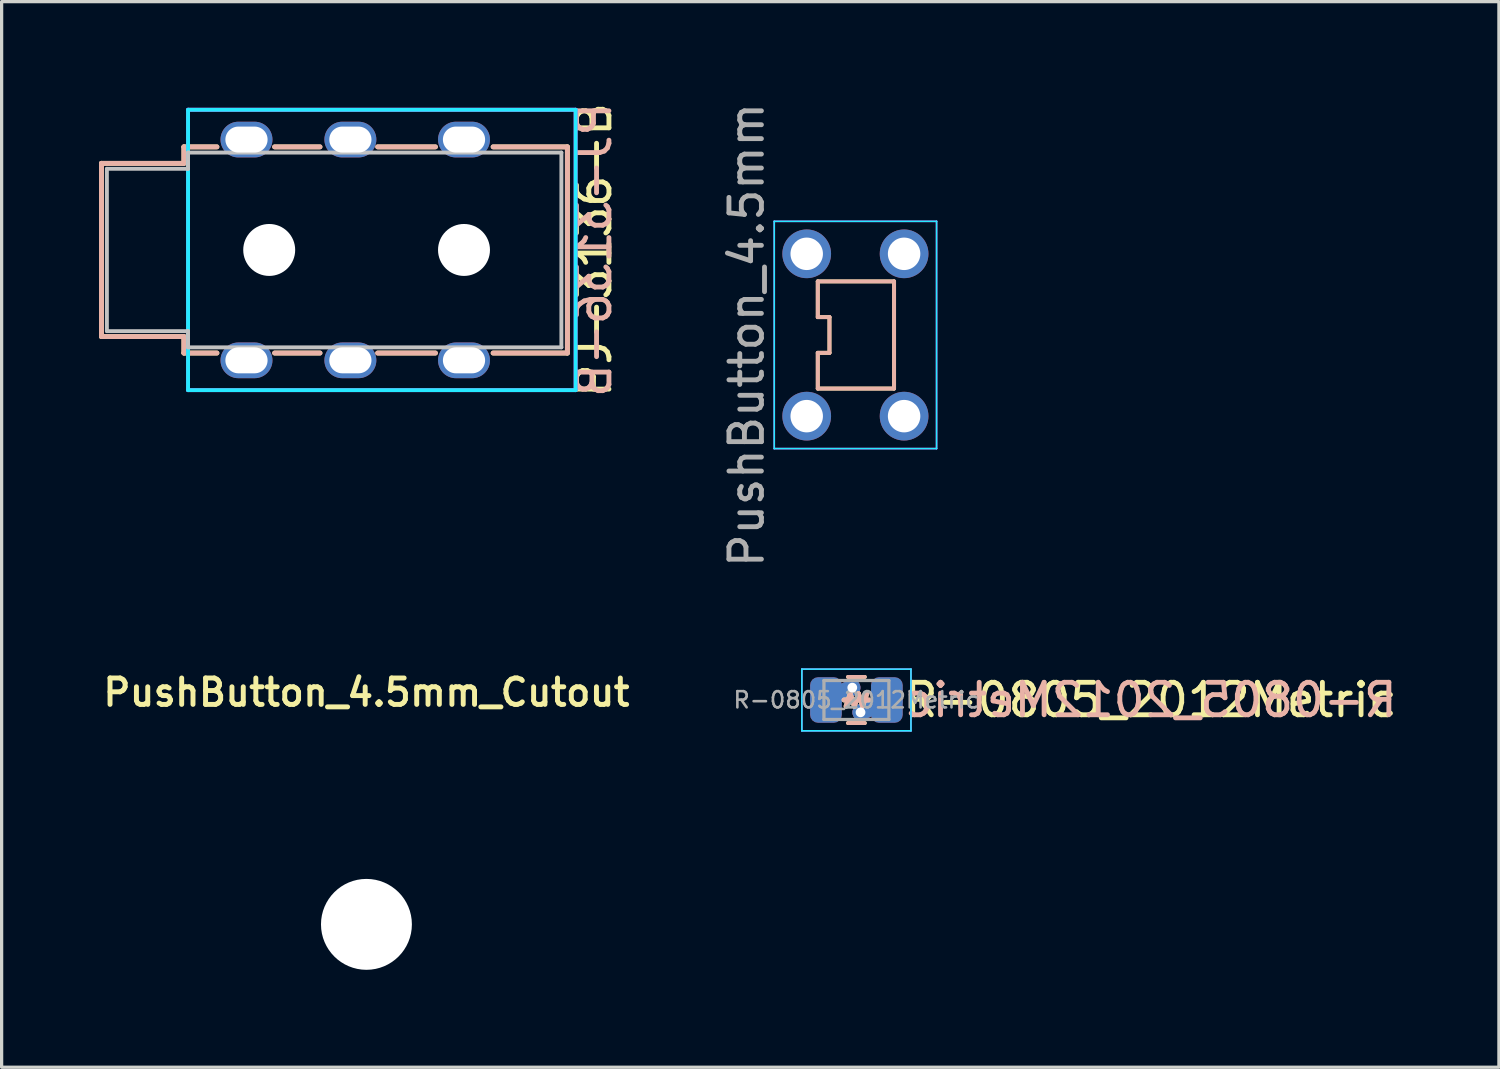
<source format=kicad_pcb>
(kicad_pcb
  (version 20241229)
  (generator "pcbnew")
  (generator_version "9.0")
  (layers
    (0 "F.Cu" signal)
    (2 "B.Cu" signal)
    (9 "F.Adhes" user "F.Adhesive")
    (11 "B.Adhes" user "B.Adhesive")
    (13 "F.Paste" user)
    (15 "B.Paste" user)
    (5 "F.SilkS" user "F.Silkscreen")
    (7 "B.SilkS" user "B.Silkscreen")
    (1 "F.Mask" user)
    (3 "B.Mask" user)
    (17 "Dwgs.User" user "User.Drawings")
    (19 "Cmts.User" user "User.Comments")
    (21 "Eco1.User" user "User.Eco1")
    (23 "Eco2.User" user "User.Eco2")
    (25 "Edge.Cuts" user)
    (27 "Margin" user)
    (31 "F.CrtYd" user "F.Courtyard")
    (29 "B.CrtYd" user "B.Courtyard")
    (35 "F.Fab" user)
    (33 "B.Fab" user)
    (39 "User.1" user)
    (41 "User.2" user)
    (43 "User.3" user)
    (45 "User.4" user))
  (footprint "PushButton_4.5mm_Cutout"
    (layer "F.Cu")
    (at 8.237 25.422)
    (property "Reference" "PushButton_4.5mm_Cutout" (at 0 -7.144 0) (layer "F.SilkS") (effects (font (size 0.813 0.813) (thickness 0.152))))
    (attr through_hole)
    (pad "" np_thru_hole circle (at 0 0) (size 2.8 2.8) (drill 2.8) (layers "*.Cu" "*.Mask")))
  (footprint "R-0805_2012Metric"
    (layer "F.Cu")
    (at 23.329 18.511)
    (property "Reference" "R-0805_2012Metric" (at 1.397 0 0) (layer "F.SilkS") (effects (font (size 1 1) (thickness 0.15)) (justify left)))
    (attr smd)
    (fp_line (start -0.381 0) (end 0.381 0) (stroke (width 0.15) (type solid)) (layer "F.SilkS"))
    (fp_line (start -0.318 0.191) (end -0.191 -0.191) (stroke (width 0.15) (type solid)) (layer "F.SilkS"))
    (fp_line (start -0.259 -0.71) (end 0.259 -0.71) (stroke (width 0.12) (type solid)) (layer "F.SilkS"))
    (fp_line (start -0.259 0.71) (end 0.259 0.71) (stroke (width 0.12) (type solid)) (layer "F.SilkS"))
    (fp_line (start -0.191 -0.191) (end -0.064 0.191) (stroke (width 0.15) (type solid)) (layer "F.SilkS"))
    (fp_line (start -0.064 0.191) (end 0.064 -0.191) (stroke (width 0.15) (type solid)) (layer "F.SilkS"))
    (fp_line (start 0.064 -0.191) (end 0.191 0.191) (stroke (width 0.15) (type solid)) (layer "F.SilkS"))
    (fp_line (start 0.191 0.191) (end 0.318 -0.191) (stroke (width 0.15) (type solid)) (layer "F.SilkS"))
    (fp_line (start -0.381 0) (end 0.381 0) (stroke (width 0.15) (type solid)) (layer "B.SilkS"))
    (fp_line (start -0.318 0.191) (end -0.191 -0.191) (stroke (width 0.15) (type solid)) (layer "B.SilkS"))
    (fp_line (start -0.259 -0.71) (end 0.259 -0.71) (stroke (width 0.12) (type solid)) (layer "B.SilkS"))
    (fp_line (start -0.259 0.71) (end 0.259 0.71) (stroke (width 0.12) (type solid)) (layer "B.SilkS"))
    (fp_line (start -0.191 -0.191) (end -0.064 0.191) (stroke (width 0.15) (type solid)) (layer "B.SilkS"))
    (fp_line (start -0.064 0.191) (end 0.064 -0.191) (stroke (width 0.15) (type solid)) (layer "B.SilkS"))
    (fp_line (start 0.064 -0.191) (end 0.191 0.191) (stroke (width 0.15) (type solid)) (layer "B.SilkS"))
    (fp_line (start 0.191 0.191) (end 0.318 -0.191) (stroke (width 0.15) (type solid)) (layer "B.SilkS"))
    (fp_line (start -1.68 -0.95) (end 1.68 -0.95) (stroke (width 0.05) (type solid)) (layer "B.CrtYd"))
    (fp_line (start -1.68 0.95) (end -1.68 -0.95) (stroke (width 0.05) (type solid)) (layer "B.CrtYd"))
    (fp_line (start 1.68 -0.95) (end 1.68 0.95) (stroke (width 0.05) (type solid)) (layer "B.CrtYd"))
    (fp_line (start 1.68 0.95) (end -1.68 0.95) (stroke (width 0.05) (type solid)) (layer "B.CrtYd"))
    (fp_line (start -1.68 -0.95) (end 1.68 -0.95) (stroke (width 0.05) (type solid)) (layer "F.CrtYd"))
    (fp_line (start -1.68 0.95) (end -1.68 -0.95) (stroke (width 0.05) (type solid)) (layer "F.CrtYd"))
    (fp_line (start 1.68 -0.95) (end 1.68 0.95) (stroke (width 0.05) (type solid)) (layer "F.CrtYd"))
    (fp_line (start 1.68 0.95) (end -1.68 0.95) (stroke (width 0.05) (type solid)) (layer "F.CrtYd"))
    (fp_line (start -1 -0.6) (end 1 -0.6) (stroke (width 0.1) (type solid)) (layer "F.Fab"))
    (fp_line (start -1 0.6) (end -1 -0.6) (stroke (width 0.1) (type solid)) (layer "F.Fab"))
    (fp_line (start 1 -0.6) (end 1 0.6) (stroke (width 0.1) (type solid)) (layer "F.Fab"))
    (fp_line (start 1 0.6) (end -1 0.6) (stroke (width 0.1) (type solid)) (layer "F.Fab"))
    (fp_text user "${REFERENCE}" (at 1.397 0 0) (layer "B.SilkS") (effects (font (size 1 1) (thickness 0.15)) (justify right mirror)))
    (fp_text user "${REFERENCE}" (at 0 0 0) (layer "F.Fab") (effects (font (size 0.5 0.5) (thickness 0.08))))
    (pad "1" smd custom (at -0.938 0) (size 0.975 0.975) (layers "F.Cu") (options (anchor circle)) (primitives (gr_line (start 0.81 -0.381) (end -0.079 0) (width 0.5))))
    (pad "1" smd custom (at -0.938 0) (size 0.975 0.975) (layers "B.Cu") (options (anchor circle)) (primitives (gr_line (start 0.81 -0.381) (end -0.079 0) (width 0.5))))
    (pad "1" smd roundrect (at -0.938 0) (size 0.975 1.4) (layers "F.Cu" "F.Mask" "F.Paste") (roundrect_rratio 0.25))
    (pad "1" smd roundrect (at -0.938 0) (size 0.975 1.4) (layers "B.Cu" "B.Mask" "B.Paste") (roundrect_rratio 0.25))
    (pad "1" thru_hole circle (at -0.127 -0.381) (size 0.5 0.5) (drill 0.3) (layers "*.Cu"))
    (pad "2" thru_hole circle (at 0.127 0.381) (size 0.5 0.5) (drill 0.3) (layers "*.Cu"))
    (pad "2" smd custom (at 0.938 0) (size 0.975 0.975) (layers "F.Cu") (options (anchor circle)) (primitives (gr_line (start -0.81 0.381) (end 0.079 0) (width 0.5))))
    (pad "2" smd custom (at 0.938 0) (size 0.975 0.975) (layers "B.Cu") (options (anchor circle)) (primitives (gr_line (start -0.81 0.381) (end 0.079 0) (width 0.5))))
    (pad "2" smd roundrect (at 0.938 0) (size 0.975 1.4) (layers "F.Cu" "F.Mask" "F.Paste") (roundrect_rratio 0.25))
    (pad "2" smd roundrect (at 0.938 0) (size 0.975 1.4) (layers "B.Cu" "B.Mask" "B.Paste") (roundrect_rratio 0.25)))
  (footprint "PushButton_4.5mm"
    (layer "F.Cu")
    (at 23.298 7.268)
    (property "Reference" "PushButton_4.5mm" (at -3.35 0 90) (layer "F.Fab") (effects (font (size 1 1) (thickness 0.15))))
    (attr through_hole)
    (fp_line (start -1.159 -1.65) (end -1.159 -0.55) (stroke (width 0.12) (type solid)) (layer "F.SilkS"))
    (fp_line (start -1.159 -0.55) (end -0.799 -0.55) (stroke (width 0.12) (type solid)) (layer "F.SilkS"))
    (fp_line (start -1.159 0.55) (end -1.159 1.65) (stroke (width 0.12) (type solid)) (layer "F.SilkS"))
    (fp_line (start -1.159 1.65) (end 1.191 1.65) (stroke (width 0.12) (type solid)) (layer "F.SilkS"))
    (fp_line (start -0.799 -0.55) (end -0.799 0.55) (stroke (width 0.12) (type solid)) (layer "F.SilkS"))
    (fp_line (start -0.799 0.55) (end -1.159 0.55) (stroke (width 0.12) (type solid)) (layer "F.SilkS"))
    (fp_line (start 1.191 -1.65) (end -1.159 -1.65) (stroke (width 0.12) (type solid)) (layer "F.SilkS"))
    (fp_line (start 1.191 1.65) (end 1.191 -1.65) (stroke (width 0.12) (type solid)) (layer "F.SilkS"))
    (fp_line (start -1.159 -1.65) (end -1.159 -0.55) (stroke (width 0.12) (type solid)) (layer "B.SilkS"))
    (fp_line (start -1.159 -0.55) (end -0.799 -0.55) (stroke (width 0.12) (type solid)) (layer "B.SilkS"))
    (fp_line (start -1.159 0.55) (end -1.159 1.65) (stroke (width 0.12) (type solid)) (layer "B.SilkS"))
    (fp_line (start -1.159 1.65) (end 1.191 1.65) (stroke (width 0.12) (type solid)) (layer "B.SilkS"))
    (fp_line (start -0.799 -0.55) (end -0.799 0.55) (stroke (width 0.12) (type solid)) (layer "B.SilkS"))
    (fp_line (start -0.799 0.55) (end -1.159 0.55) (stroke (width 0.12) (type solid)) (layer "B.SilkS"))
    (fp_line (start 1.191 -1.65) (end -1.159 -1.65) (stroke (width 0.12) (type solid)) (layer "B.SilkS"))
    (fp_line (start 1.191 1.65) (end 1.191 -1.65) (stroke (width 0.12) (type solid)) (layer "B.SilkS"))
    (fp_line (start -2.5 -3.5) (end 2.5 -3.5) (stroke (width 0.05) (type solid)) (layer "B.CrtYd"))
    (fp_line (start -2.5 3.5) (end -2.5 -3.5) (stroke (width 0.05) (type solid)) (layer "B.CrtYd"))
    (fp_line (start 2.5 -3.5) (end 2.5 3.5) (stroke (width 0.05) (type solid)) (layer "B.CrtYd"))
    (fp_line (start 2.5 3.5) (end -2.5 3.5) (stroke (width 0.05) (type solid)) (layer "B.CrtYd"))
    (fp_line (start -2.5 -3.5) (end 2.5 -3.5) (stroke (width 0.05) (type solid)) (layer "F.CrtYd"))
    (fp_line (start -2.5 3.5) (end -2.5 -3.5) (stroke (width 0.05) (type solid)) (layer "F.CrtYd"))
    (fp_line (start 2.5 -3.5) (end 2.5 3.5) (stroke (width 0.05) (type solid)) (layer "F.CrtYd"))
    (fp_line (start 2.5 3.5) (end -2.5 3.5) (stroke (width 0.05) (type solid)) (layer "F.CrtYd"))
    (pad "1" thru_hole circle (at -1.5 -2.5) (size 1.5 1.5) (drill 1) (layers "*.Cu" "*.Mask"))
    (pad "1" thru_hole circle (at -1.5 2.5) (size 1.5 1.5) (drill 1) (layers "*.Cu" "*.Mask"))
    (pad "2" thru_hole circle (at 1.5 -2.5) (size 1.5 1.5) (drill 1) (layers "*.Cu" "*.Mask"))
    (pad "2" thru_hole circle (at 1.5 2.5) (size 1.5 1.5) (drill 1) (layers "*.Cu" "*.Mask")))
  (footprint "PJ-3136-B"
    (layer "F.Cu")
    (at 2.742 4.649)
    (property "Reference" "PJ-3136-B" (at 12.509 0 90) (layer "F.SilkS") (effects (font (size 1 1) (thickness 0.15))))
    (attr through_hole)
    (fp_line (start -2.667 -2.667) (end -0.127 -2.667) (stroke (width 0.15) (type solid)) (layer "F.SilkS"))
    (fp_line (start -2.667 2.667) (end -2.667 -2.667) (stroke (width 0.15) (type solid)) (layer "F.SilkS"))
    (fp_line (start -0.127 -3.175) (end 0.889 -3.175) (stroke (width 0.15) (type solid)) (layer "F.SilkS"))
    (fp_line (start -0.127 -2.667) (end -0.127 -3.175) (stroke (width 0.15) (type solid)) (layer "F.SilkS"))
    (fp_line (start -0.127 2.667) (end -2.667 2.667) (stroke (width 0.15) (type solid)) (layer "F.SilkS"))
    (fp_line (start -0.127 3.175) (end -0.127 2.667) (stroke (width 0.15) (type solid)) (layer "F.SilkS"))
    (fp_line (start 0.889 3.175) (end -0.127 3.175) (stroke (width 0.15) (type solid)) (layer "F.SilkS"))
    (fp_line (start 2.667 -3.175) (end 4.064 -3.175) (stroke (width 0.15) (type solid)) (layer "F.SilkS"))
    (fp_line (start 4.064 3.175) (end 2.667 3.175) (stroke (width 0.15) (type solid)) (layer "F.SilkS"))
    (fp_line (start 5.842 -3.175) (end 7.62 -3.175) (stroke (width 0.15) (type solid)) (layer "F.SilkS"))
    (fp_line (start 7.62 3.175) (end 5.842 3.175) (stroke (width 0.15) (type solid)) (layer "F.SilkS"))
    (fp_line (start 9.398 -3.175) (end 11.684 -3.175) (stroke (width 0.15) (type solid)) (layer "F.SilkS"))
    (fp_line (start 11.684 -3.175) (end 11.684 3.175) (stroke (width 0.15) (type solid)) (layer "F.SilkS"))
    (fp_line (start 11.684 3.175) (end 9.398 3.175) (stroke (width 0.15) (type solid)) (layer "F.SilkS"))
    (fp_line (start -2.667 -2.667) (end -2.667 2.667) (stroke (width 0.15) (type solid)) (layer "B.SilkS"))
    (fp_line (start -2.667 2.667) (end -0.127 2.667) (stroke (width 0.15) (type solid)) (layer "B.SilkS"))
    (fp_line (start -0.127 -3.175) (end -0.127 -2.667) (stroke (width 0.15) (type solid)) (layer "B.SilkS"))
    (fp_line (start -0.127 -2.667) (end -2.667 -2.667) (stroke (width 0.15) (type solid)) (layer "B.SilkS"))
    (fp_line (start -0.127 2.667) (end -0.127 3.175) (stroke (width 0.15) (type solid)) (layer "B.SilkS"))
    (fp_line (start -0.127 3.175) (end 0.889 3.175) (stroke (width 0.15) (type solid)) (layer "B.SilkS"))
    (fp_line (start 0.889 -3.175) (end -0.127 -3.175) (stroke (width 0.15) (type solid)) (layer "B.SilkS"))
    (fp_line (start 2.667 3.175) (end 4.064 3.175) (stroke (width 0.15) (type solid)) (layer "B.SilkS"))
    (fp_line (start 4.064 -3.175) (end 2.667 -3.175) (stroke (width 0.15) (type solid)) (layer "B.SilkS"))
    (fp_line (start 5.842 3.175) (end 7.62 3.175) (stroke (width 0.15) (type solid)) (layer "B.SilkS"))
    (fp_line (start 7.62 -3.175) (end 5.842 -3.175) (stroke (width 0.15) (type solid)) (layer "B.SilkS"))
    (fp_line (start 9.398 3.175) (end 11.684 3.175) (stroke (width 0.15) (type solid)) (layer "B.SilkS"))
    (fp_line (start 11.684 -3.175) (end 9.398 -3.175) (stroke (width 0.15) (type solid)) (layer "B.SilkS"))
    (fp_line (start 11.684 3.175) (end 11.684 -3.175) (stroke (width 0.15) (type solid)) (layer "B.SilkS"))
    (fp_line (start -2.5 -2.5) (end -2.5 2.5) (stroke (width 0.12) (type solid)) (layer "Dwgs.User"))
    (fp_line (start 0 -3) (end 0 -2.5) (stroke (width 0.12) (type solid)) (layer "Dwgs.User"))
    (fp_line (start 0 -3) (end 11.5 -3) (stroke (width 0.12) (type solid)) (layer "Dwgs.User"))
    (fp_line (start 0 -2.5) (end -2.5 -2.5) (stroke (width 0.12) (type solid)) (layer "Dwgs.User"))
    (fp_line (start 0 2.5) (end -2.5 2.5) (stroke (width 0.12) (type solid)) (layer "Dwgs.User"))
    (fp_line (start 0 2.5) (end 0 3) (stroke (width 0.12) (type solid)) (layer "Dwgs.User"))
    (fp_line (start 0 3) (end 11.5 3) (stroke (width 0.12) (type solid)) (layer "Dwgs.User"))
    (fp_line (start 11.5 -3) (end 11.5 3) (stroke (width 0.12) (type solid)) (layer "Dwgs.User"))
    (fp_line (start 0 -4.318) (end 11.938 -4.318) (stroke (width 0.12) (type solid)) (layer "B.CrtYd"))
    (fp_line (start 0 4.318) (end 0 -4.318) (stroke (width 0.12) (type solid)) (layer "B.CrtYd"))
    (fp_line (start 11.938 -4.318) (end 11.938 4.318) (stroke (width 0.12) (type solid)) (layer "B.CrtYd"))
    (fp_line (start 11.938 4.318) (end 0 4.318) (stroke (width 0.12) (type solid)) (layer "B.CrtYd"))
    (fp_line (start 0 -4.318) (end 11.938 -4.318) (stroke (width 0.12) (type solid)) (layer "F.CrtYd"))
    (fp_line (start 0 4.318) (end 0 -4.318) (stroke (width 0.12) (type solid)) (layer "F.CrtYd"))
    (fp_line (start 11.938 -4.318) (end 11.938 4.318) (stroke (width 0.12) (type solid)) (layer "F.CrtYd"))
    (fp_line (start 11.938 4.318) (end 0 4.318) (stroke (width 0.12) (type solid)) (layer "F.CrtYd"))
    (fp_text user "${REFERENCE}" (at 12.509 0 90) (layer "B.SilkS") (effects (font (size 1 1) (thickness 0.15)) (justify mirror)))
    (pad "" np_thru_hole circle (at 2.5 0) (size 1.6 1.6) (drill 1.6) (layers "*.Cu" "*.Mask"))
    (pad "" np_thru_hole circle (at 8.5 0) (size 1.6 1.6) (drill 1.6) (layers "*.Cu" "*.Mask"))
    (pad "R" thru_hole oval (at 5 -3.4) (size 1.6 1.1) (drill oval 1.3 0.8) (layers "*.Cu" "*.Mask"))
    (pad "R" thru_hole oval (at 5 3.4) (size 1.6 1.1) (drill oval 1.3 0.8) (layers "*.Cu" "*.Mask"))
    (pad "S" thru_hole oval (at 1.8 -3.4) (size 1.6 1.1) (drill oval 1.3 0.8) (layers "*.Cu" "*.Mask"))
    (pad "S" thru_hole oval (at 1.8 3.4) (size 1.6 1.1) (drill oval 1.3 0.8) (layers "*.Cu" "*.Mask"))
    (pad "T" thru_hole oval (at 8.5 -3.4) (size 1.6 1.1) (drill oval 1.3 0.8) (layers "*.Cu" "*.Mask"))
    (pad "T" thru_hole oval (at 8.5 3.4) (size 1.6 1.1) (drill oval 1.3 0.8) (layers "*.Cu" "*.Mask")))
  (gr_rect
    (start -3 -3)
    (end 43.119 29.822)
    (stroke (width 0.1) (type default))
    (fill no)
    (layer "Edge.Cuts")))
</source>
